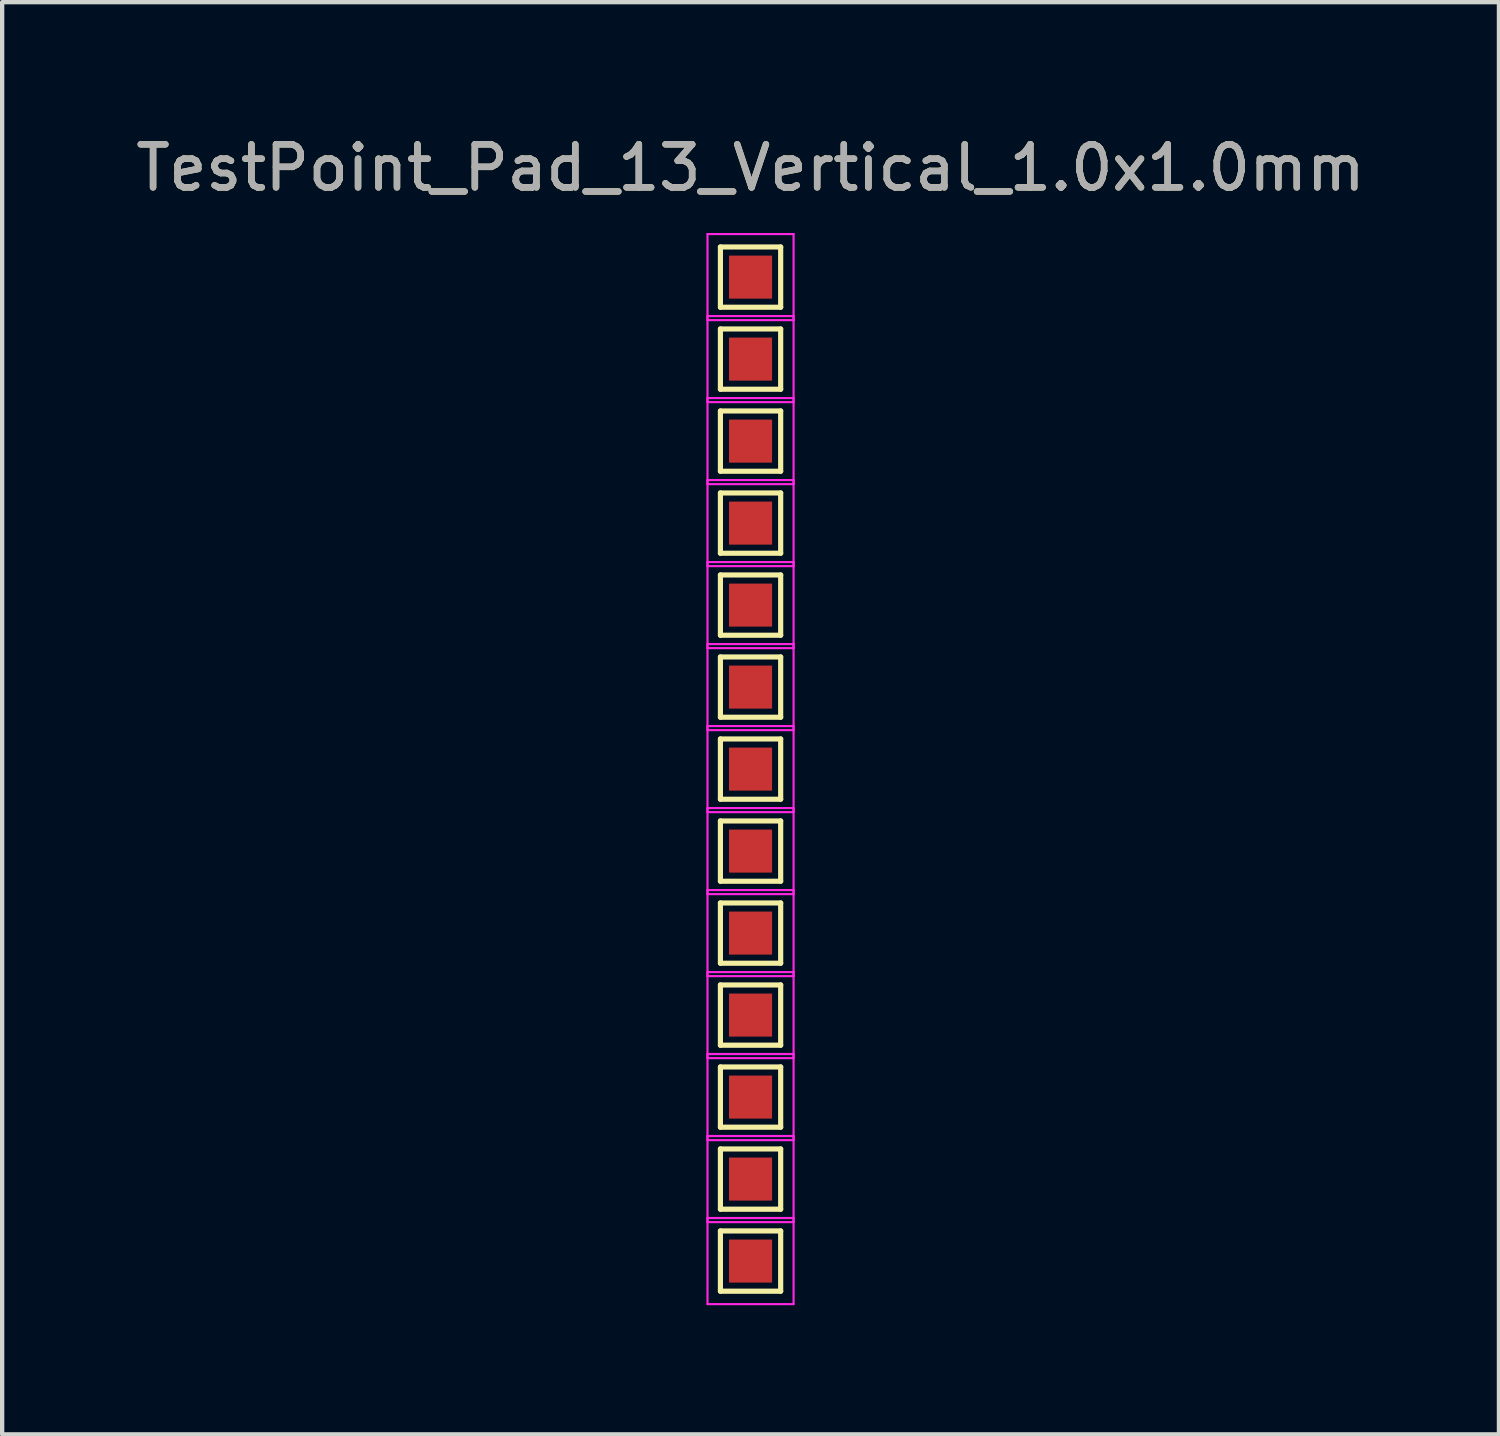
<source format=kicad_pcb>
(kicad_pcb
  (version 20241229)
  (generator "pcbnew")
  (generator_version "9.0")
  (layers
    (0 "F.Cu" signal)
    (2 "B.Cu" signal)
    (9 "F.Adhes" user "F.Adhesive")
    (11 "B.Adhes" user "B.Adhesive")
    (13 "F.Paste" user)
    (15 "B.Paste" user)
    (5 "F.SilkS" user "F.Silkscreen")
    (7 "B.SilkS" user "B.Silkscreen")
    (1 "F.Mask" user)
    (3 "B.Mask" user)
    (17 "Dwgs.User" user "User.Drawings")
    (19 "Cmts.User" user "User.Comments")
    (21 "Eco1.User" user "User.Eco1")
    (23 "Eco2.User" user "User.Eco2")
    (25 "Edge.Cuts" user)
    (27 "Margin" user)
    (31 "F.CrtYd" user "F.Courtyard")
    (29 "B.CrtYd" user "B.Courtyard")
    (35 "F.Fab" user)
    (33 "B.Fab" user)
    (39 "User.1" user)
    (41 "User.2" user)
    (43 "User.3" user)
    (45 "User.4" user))
  (footprint "TestPoint_Pad_13_Vertical_1.0x1.0mm"
    (layer "F.Cu")
    (at 14.387 14.818)
    (property "Reference" "TestPoint_Pad_13_Vertical_1.0x1.0mm" (at 0 -13.97 0) (layer "F.SilkS") (effects (font (size 1 1) (thickness 0.15))))
    (attr exclude_from_pos_files exclude_from_bom)
    (fp_line (start -0.7 -12.13) (end 0.7 -12.13) (stroke (width 0.12) (type solid)) (layer "F.SilkS"))
    (fp_line (start -0.7 -10.73) (end -0.7 -12.13) (stroke (width 0.12) (type solid)) (layer "F.SilkS"))
    (fp_line (start -0.7 -10.225) (end 0.7 -10.225) (stroke (width 0.12) (type solid)) (layer "F.SilkS"))
    (fp_line (start -0.7 -8.825) (end -0.7 -10.225) (stroke (width 0.12) (type solid)) (layer "F.SilkS"))
    (fp_line (start -0.7 -8.32) (end 0.7 -8.32) (stroke (width 0.12) (type solid)) (layer "F.SilkS"))
    (fp_line (start -0.7 -6.92) (end -0.7 -8.32) (stroke (width 0.12) (type solid)) (layer "F.SilkS"))
    (fp_line (start -0.7 -6.415) (end 0.7 -6.415) (stroke (width 0.12) (type solid)) (layer "F.SilkS"))
    (fp_line (start -0.7 -5.015) (end -0.7 -6.415) (stroke (width 0.12) (type solid)) (layer "F.SilkS"))
    (fp_line (start -0.7 -4.51) (end 0.7 -4.51) (stroke (width 0.12) (type solid)) (layer "F.SilkS"))
    (fp_line (start -0.7 -3.11) (end -0.7 -4.51) (stroke (width 0.12) (type solid)) (layer "F.SilkS"))
    (fp_line (start -0.7 -2.605) (end 0.7 -2.605) (stroke (width 0.12) (type solid)) (layer "F.SilkS"))
    (fp_line (start -0.7 -1.205) (end -0.7 -2.605) (stroke (width 0.12) (type solid)) (layer "F.SilkS"))
    (fp_line (start -0.7 -0.7) (end 0.7 -0.7) (stroke (width 0.12) (type solid)) (layer "F.SilkS"))
    (fp_line (start -0.7 0.7) (end -0.7 -0.7) (stroke (width 0.12) (type solid)) (layer "F.SilkS"))
    (fp_line (start -0.7 1.205) (end 0.7 1.205) (stroke (width 0.12) (type solid)) (layer "F.SilkS"))
    (fp_line (start -0.7 2.605) (end -0.7 1.205) (stroke (width 0.12) (type solid)) (layer "F.SilkS"))
    (fp_line (start -0.7 3.11) (end 0.7 3.11) (stroke (width 0.12) (type solid)) (layer "F.SilkS"))
    (fp_line (start -0.7 4.51) (end -0.7 3.11) (stroke (width 0.12) (type solid)) (layer "F.SilkS"))
    (fp_line (start -0.7 5.015) (end 0.7 5.015) (stroke (width 0.12) (type solid)) (layer "F.SilkS"))
    (fp_line (start -0.7 6.415) (end -0.7 5.015) (stroke (width 0.12) (type solid)) (layer "F.SilkS"))
    (fp_line (start -0.7 6.92) (end 0.7 6.92) (stroke (width 0.12) (type solid)) (layer "F.SilkS"))
    (fp_line (start -0.7 8.32) (end -0.7 6.92) (stroke (width 0.12) (type solid)) (layer "F.SilkS"))
    (fp_line (start -0.7 8.825) (end 0.7 8.825) (stroke (width 0.12) (type solid)) (layer "F.SilkS"))
    (fp_line (start -0.7 10.225) (end -0.7 8.825) (stroke (width 0.12) (type solid)) (layer "F.SilkS"))
    (fp_line (start -0.7 10.73) (end 0.7 10.73) (stroke (width 0.12) (type solid)) (layer "F.SilkS"))
    (fp_line (start -0.7 12.13) (end -0.7 10.73) (stroke (width 0.12) (type solid)) (layer "F.SilkS"))
    (fp_line (start 0.7 -12.13) (end 0.7 -10.73) (stroke (width 0.12) (type solid)) (layer "F.SilkS"))
    (fp_line (start 0.7 -10.73) (end -0.7 -10.73) (stroke (width 0.12) (type solid)) (layer "F.SilkS"))
    (fp_line (start 0.7 -10.225) (end 0.7 -8.825) (stroke (width 0.12) (type solid)) (layer "F.SilkS"))
    (fp_line (start 0.7 -8.825) (end -0.7 -8.825) (stroke (width 0.12) (type solid)) (layer "F.SilkS"))
    (fp_line (start 0.7 -8.32) (end 0.7 -6.92) (stroke (width 0.12) (type solid)) (layer "F.SilkS"))
    (fp_line (start 0.7 -6.92) (end -0.7 -6.92) (stroke (width 0.12) (type solid)) (layer "F.SilkS"))
    (fp_line (start 0.7 -6.415) (end 0.7 -5.015) (stroke (width 0.12) (type solid)) (layer "F.SilkS"))
    (fp_line (start 0.7 -5.015) (end -0.7 -5.015) (stroke (width 0.12) (type solid)) (layer "F.SilkS"))
    (fp_line (start 0.7 -4.51) (end 0.7 -3.11) (stroke (width 0.12) (type solid)) (layer "F.SilkS"))
    (fp_line (start 0.7 -3.11) (end -0.7 -3.11) (stroke (width 0.12) (type solid)) (layer "F.SilkS"))
    (fp_line (start 0.7 -2.605) (end 0.7 -1.205) (stroke (width 0.12) (type solid)) (layer "F.SilkS"))
    (fp_line (start 0.7 -1.205) (end -0.7 -1.205) (stroke (width 0.12) (type solid)) (layer "F.SilkS"))
    (fp_line (start 0.7 -0.7) (end 0.7 0.7) (stroke (width 0.12) (type solid)) (layer "F.SilkS"))
    (fp_line (start 0.7 0.7) (end -0.7 0.7) (stroke (width 0.12) (type solid)) (layer "F.SilkS"))
    (fp_line (start 0.7 1.205) (end 0.7 2.605) (stroke (width 0.12) (type solid)) (layer "F.SilkS"))
    (fp_line (start 0.7 2.605) (end -0.7 2.605) (stroke (width 0.12) (type solid)) (layer "F.SilkS"))
    (fp_line (start 0.7 3.11) (end 0.7 4.51) (stroke (width 0.12) (type solid)) (layer "F.SilkS"))
    (fp_line (start 0.7 4.51) (end -0.7 4.51) (stroke (width 0.12) (type solid)) (layer "F.SilkS"))
    (fp_line (start 0.7 5.015) (end 0.7 6.415) (stroke (width 0.12) (type solid)) (layer "F.SilkS"))
    (fp_line (start 0.7 6.415) (end -0.7 6.415) (stroke (width 0.12) (type solid)) (layer "F.SilkS"))
    (fp_line (start 0.7 6.92) (end 0.7 8.32) (stroke (width 0.12) (type solid)) (layer "F.SilkS"))
    (fp_line (start 0.7 8.32) (end -0.7 8.32) (stroke (width 0.12) (type solid)) (layer "F.SilkS"))
    (fp_line (start 0.7 8.825) (end 0.7 10.225) (stroke (width 0.12) (type solid)) (layer "F.SilkS"))
    (fp_line (start 0.7 10.225) (end -0.7 10.225) (stroke (width 0.12) (type solid)) (layer "F.SilkS"))
    (fp_line (start 0.7 10.73) (end 0.7 12.13) (stroke (width 0.12) (type solid)) (layer "F.SilkS"))
    (fp_line (start 0.7 12.13) (end -0.7 12.13) (stroke (width 0.12) (type solid)) (layer "F.SilkS"))
    (fp_line (start -1 -12.43) (end -1 -10.43) (stroke (width 0.05) (type solid)) (layer "F.CrtYd"))
    (fp_line (start -1 -12.43) (end 1 -12.43) (stroke (width 0.05) (type solid)) (layer "F.CrtYd"))
    (fp_line (start -1 -10.525) (end -1 -8.525) (stroke (width 0.05) (type solid)) (layer "F.CrtYd"))
    (fp_line (start -1 -10.525) (end 1 -10.525) (stroke (width 0.05) (type solid)) (layer "F.CrtYd"))
    (fp_line (start -1 -8.62) (end -1 -6.62) (stroke (width 0.05) (type solid)) (layer "F.CrtYd"))
    (fp_line (start -1 -8.62) (end 1 -8.62) (stroke (width 0.05) (type solid)) (layer "F.CrtYd"))
    (fp_line (start -1 -6.715) (end -1 -4.715) (stroke (width 0.05) (type solid)) (layer "F.CrtYd"))
    (fp_line (start -1 -6.715) (end 1 -6.715) (stroke (width 0.05) (type solid)) (layer "F.CrtYd"))
    (fp_line (start -1 -4.81) (end -1 -2.81) (stroke (width 0.05) (type solid)) (layer "F.CrtYd"))
    (fp_line (start -1 -4.81) (end 1 -4.81) (stroke (width 0.05) (type solid)) (layer "F.CrtYd"))
    (fp_line (start -1 -2.905) (end -1 -0.905) (stroke (width 0.05) (type solid)) (layer "F.CrtYd"))
    (fp_line (start -1 -2.905) (end 1 -2.905) (stroke (width 0.05) (type solid)) (layer "F.CrtYd"))
    (fp_line (start -1 -1) (end -1 1) (stroke (width 0.05) (type solid)) (layer "F.CrtYd"))
    (fp_line (start -1 -1) (end 1 -1) (stroke (width 0.05) (type solid)) (layer "F.CrtYd"))
    (fp_line (start -1 0.905) (end -1 2.905) (stroke (width 0.05) (type solid)) (layer "F.CrtYd"))
    (fp_line (start -1 0.905) (end 1 0.905) (stroke (width 0.05) (type solid)) (layer "F.CrtYd"))
    (fp_line (start -1 2.81) (end -1 4.81) (stroke (width 0.05) (type solid)) (layer "F.CrtYd"))
    (fp_line (start -1 2.81) (end 1 2.81) (stroke (width 0.05) (type solid)) (layer "F.CrtYd"))
    (fp_line (start -1 4.715) (end -1 6.715) (stroke (width 0.05) (type solid)) (layer "F.CrtYd"))
    (fp_line (start -1 4.715) (end 1 4.715) (stroke (width 0.05) (type solid)) (layer "F.CrtYd"))
    (fp_line (start -1 6.62) (end -1 8.62) (stroke (width 0.05) (type solid)) (layer "F.CrtYd"))
    (fp_line (start -1 6.62) (end 1 6.62) (stroke (width 0.05) (type solid)) (layer "F.CrtYd"))
    (fp_line (start -1 8.525) (end -1 10.525) (stroke (width 0.05) (type solid)) (layer "F.CrtYd"))
    (fp_line (start -1 8.525) (end 1 8.525) (stroke (width 0.05) (type solid)) (layer "F.CrtYd"))
    (fp_line (start -1 10.43) (end -1 12.43) (stroke (width 0.05) (type solid)) (layer "F.CrtYd"))
    (fp_line (start -1 10.43) (end 1 10.43) (stroke (width 0.05) (type solid)) (layer "F.CrtYd"))
    (fp_line (start 1 -10.43) (end -1 -10.43) (stroke (width 0.05) (type solid)) (layer "F.CrtYd"))
    (fp_line (start 1 -10.43) (end 1 -12.43) (stroke (width 0.05) (type solid)) (layer "F.CrtYd"))
    (fp_line (start 1 -8.525) (end -1 -8.525) (stroke (width 0.05) (type solid)) (layer "F.CrtYd"))
    (fp_line (start 1 -8.525) (end 1 -10.525) (stroke (width 0.05) (type solid)) (layer "F.CrtYd"))
    (fp_line (start 1 -6.62) (end -1 -6.62) (stroke (width 0.05) (type solid)) (layer "F.CrtYd"))
    (fp_line (start 1 -6.62) (end 1 -8.62) (stroke (width 0.05) (type solid)) (layer "F.CrtYd"))
    (fp_line (start 1 -4.715) (end -1 -4.715) (stroke (width 0.05) (type solid)) (layer "F.CrtYd"))
    (fp_line (start 1 -4.715) (end 1 -6.715) (stroke (width 0.05) (type solid)) (layer "F.CrtYd"))
    (fp_line (start 1 -2.81) (end -1 -2.81) (stroke (width 0.05) (type solid)) (layer "F.CrtYd"))
    (fp_line (start 1 -2.81) (end 1 -4.81) (stroke (width 0.05) (type solid)) (layer "F.CrtYd"))
    (fp_line (start 1 -0.905) (end -1 -0.905) (stroke (width 0.05) (type solid)) (layer "F.CrtYd"))
    (fp_line (start 1 -0.905) (end 1 -2.905) (stroke (width 0.05) (type solid)) (layer "F.CrtYd"))
    (fp_line (start 1 1) (end -1 1) (stroke (width 0.05) (type solid)) (layer "F.CrtYd"))
    (fp_line (start 1 1) (end 1 -1) (stroke (width 0.05) (type solid)) (layer "F.CrtYd"))
    (fp_line (start 1 2.905) (end -1 2.905) (stroke (width 0.05) (type solid)) (layer "F.CrtYd"))
    (fp_line (start 1 2.905) (end 1 0.905) (stroke (width 0.05) (type solid)) (layer "F.CrtYd"))
    (fp_line (start 1 4.81) (end -1 4.81) (stroke (width 0.05) (type solid)) (layer "F.CrtYd"))
    (fp_line (start 1 4.81) (end 1 2.81) (stroke (width 0.05) (type solid)) (layer "F.CrtYd"))
    (fp_line (start 1 6.715) (end -1 6.715) (stroke (width 0.05) (type solid)) (layer "F.CrtYd"))
    (fp_line (start 1 6.715) (end 1 4.715) (stroke (width 0.05) (type solid)) (layer "F.CrtYd"))
    (fp_line (start 1 8.62) (end -1 8.62) (stroke (width 0.05) (type solid)) (layer "F.CrtYd"))
    (fp_line (start 1 8.62) (end 1 6.62) (stroke (width 0.05) (type solid)) (layer "F.CrtYd"))
    (fp_line (start 1 10.525) (end -1 10.525) (stroke (width 0.05) (type solid)) (layer "F.CrtYd"))
    (fp_line (start 1 10.525) (end 1 8.525) (stroke (width 0.05) (type solid)) (layer "F.CrtYd"))
    (fp_line (start 1 12.43) (end -1 12.43) (stroke (width 0.05) (type solid)) (layer "F.CrtYd"))
    (fp_line (start 1 12.43) (end 1 10.43) (stroke (width 0.05) (type solid)) (layer "F.CrtYd"))
    (fp_text user "${REFERENCE}" (at 0 -13.97 0) (layer "F.Fab") (effects (font (size 1 1) (thickness 0.15))))
    (pad "1" smd rect (at 0 -11.43) (size 1 1) (layers "F.Cu" "F.Mask"))
    (pad "2" smd rect (at 0 -9.525) (size 1 1) (layers "F.Cu" "F.Mask"))
    (pad "3" smd rect (at 0 -7.62) (size 1 1) (layers "F.Cu" "F.Mask"))
    (pad "4" smd rect (at 0 -5.715) (size 1 1) (layers "F.Cu" "F.Mask"))
    (pad "5" smd rect (at 0 -3.81) (size 1 1) (layers "F.Cu" "F.Mask"))
    (pad "6" smd rect (at 0 -1.905) (size 1 1) (layers "F.Cu" "F.Mask"))
    (pad "7" smd rect (at 0 0) (size 1 1) (layers "F.Cu" "F.Mask"))
    (pad "8" smd rect (at 0 1.905) (size 1 1) (layers "F.Cu" "F.Mask"))
    (pad "9" smd rect (at 0 3.81) (size 1 1) (layers "F.Cu" "F.Mask"))
    (pad "10" smd rect (at 0 5.715) (size 1 1) (layers "F.Cu" "F.Mask"))
    (pad "11" smd rect (at 0 7.62) (size 1 1) (layers "F.Cu" "F.Mask"))
    (pad "12" smd rect (at 0 9.525) (size 1 1) (layers "F.Cu" "F.Mask"))
    (pad "13" smd rect (at 0 11.43) (size 1 1) (layers "F.Cu" "F.Mask")))
  (gr_rect
    (start -3 -3)
    (end 31.774 30.273)
    (stroke (width 0.1) (type default))
    (fill no)
    (layer "Edge.Cuts")))
</source>
